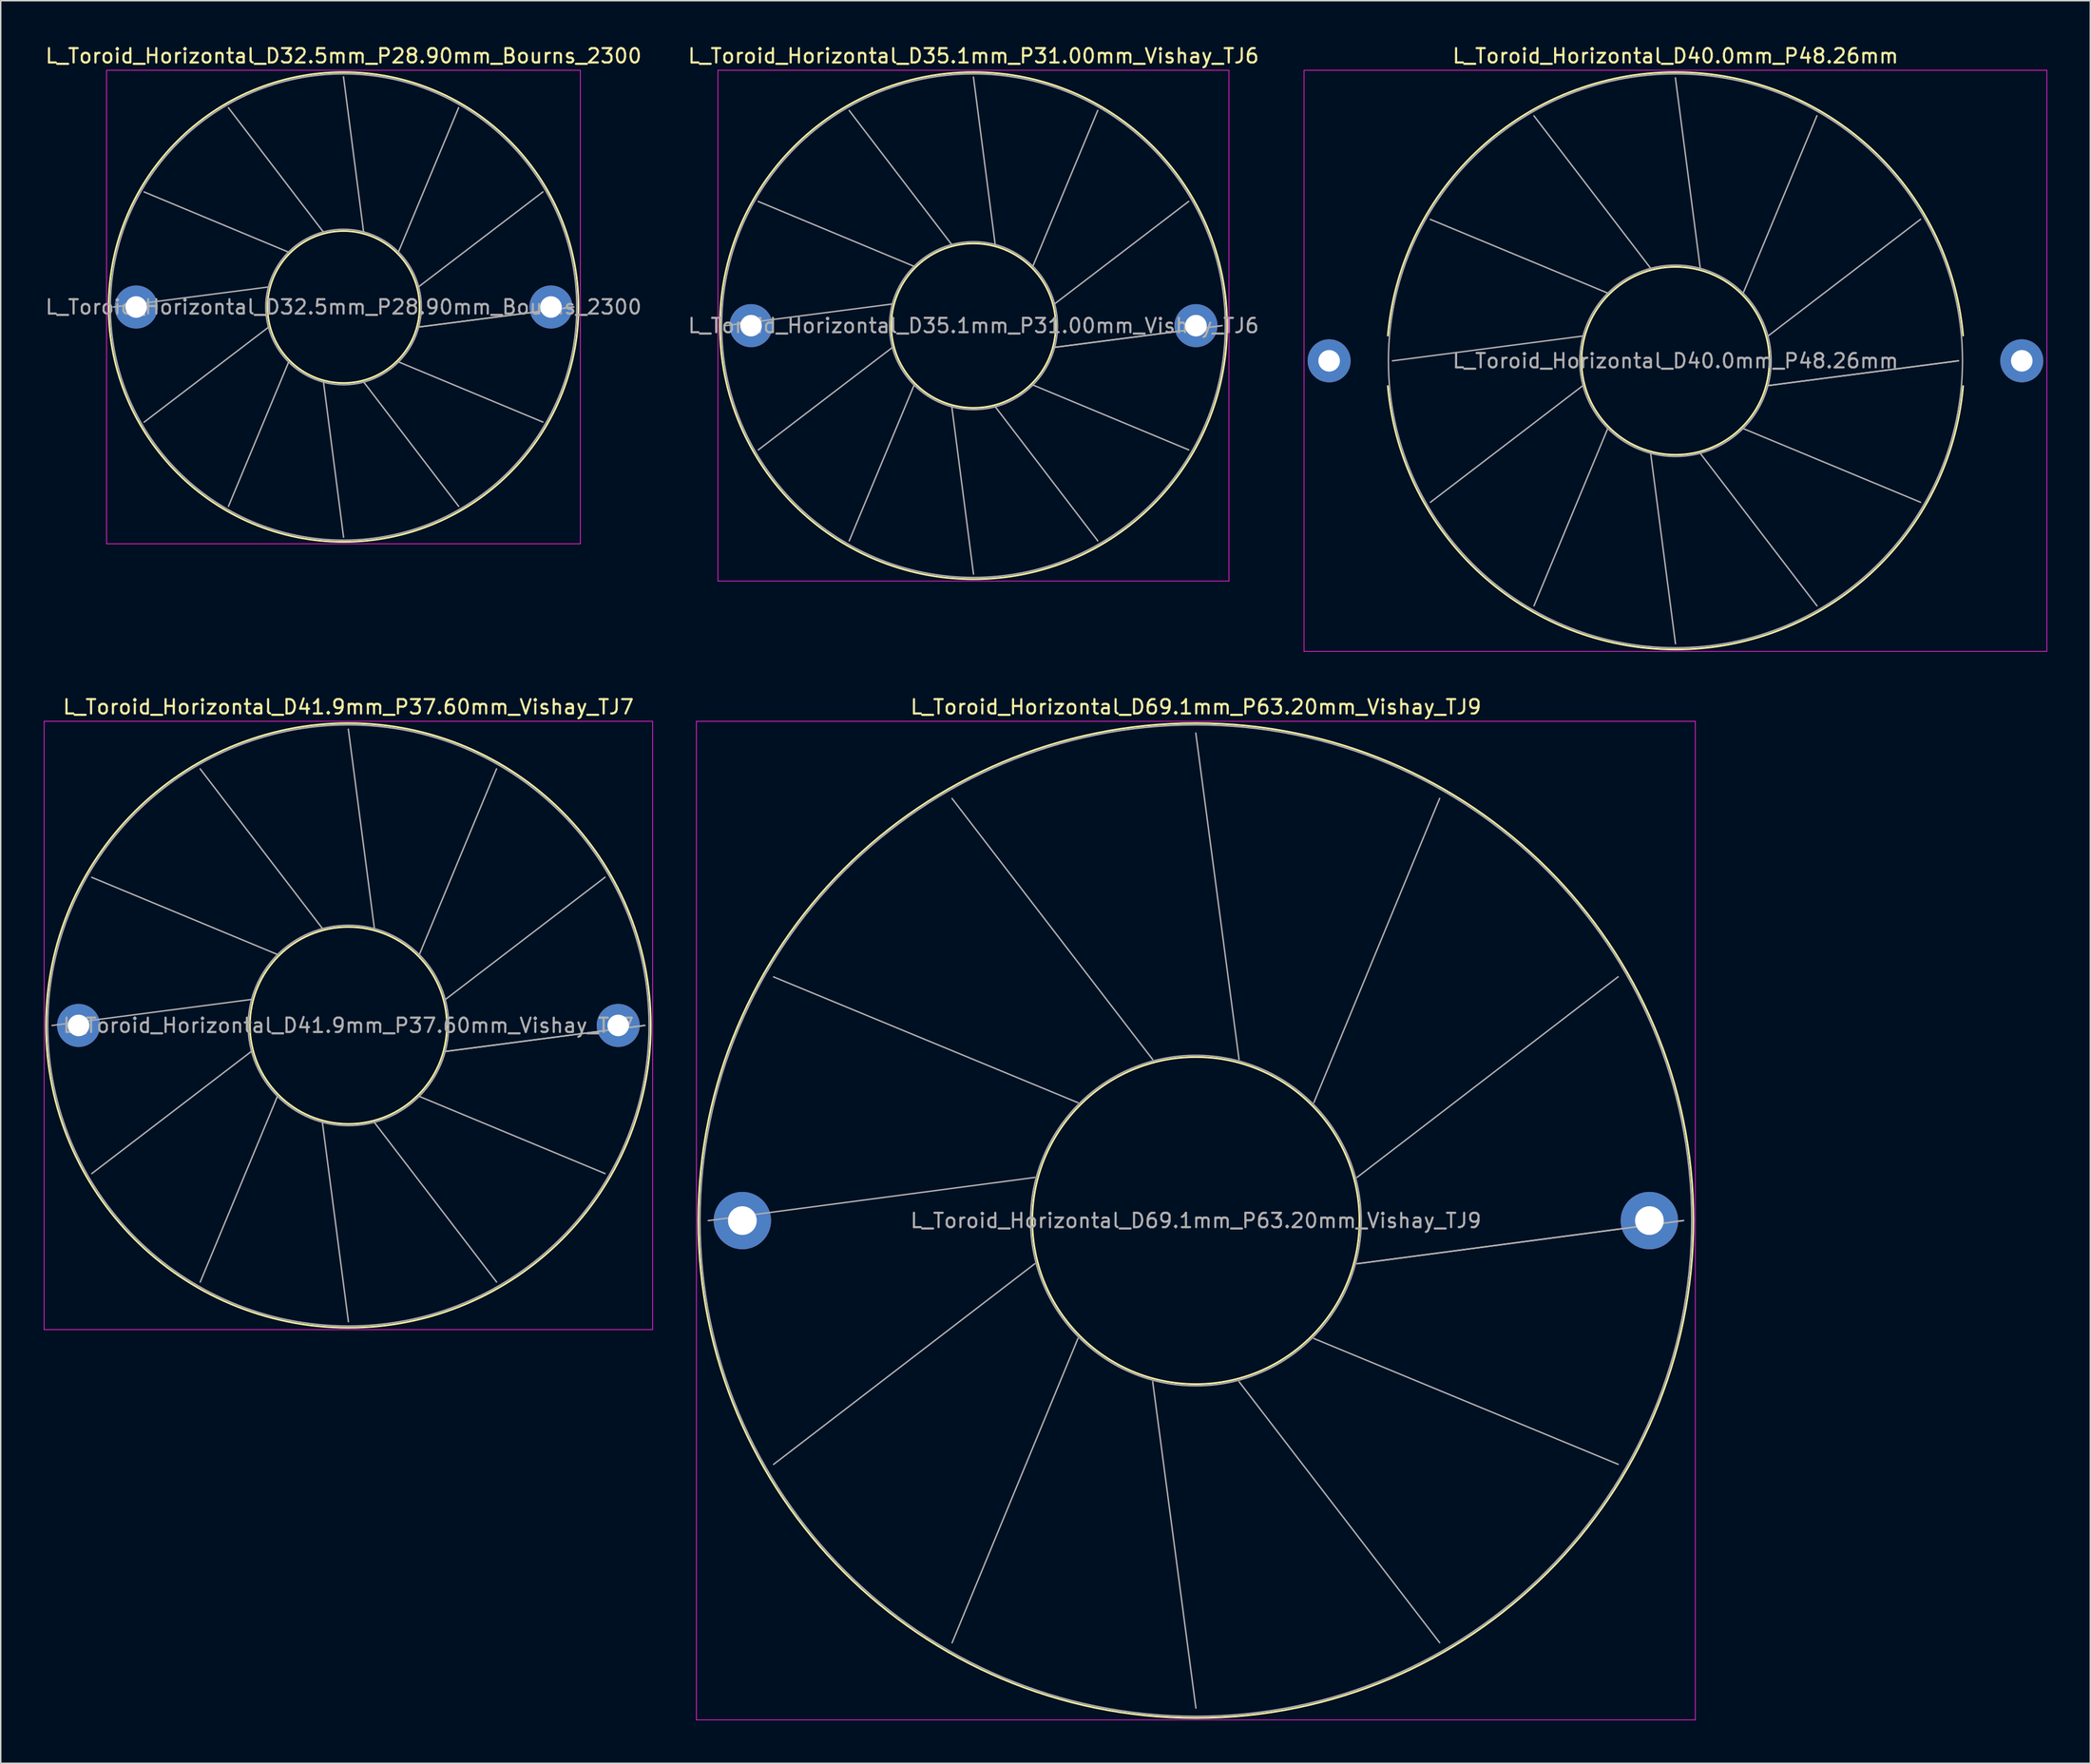
<source format=kicad_pcb>
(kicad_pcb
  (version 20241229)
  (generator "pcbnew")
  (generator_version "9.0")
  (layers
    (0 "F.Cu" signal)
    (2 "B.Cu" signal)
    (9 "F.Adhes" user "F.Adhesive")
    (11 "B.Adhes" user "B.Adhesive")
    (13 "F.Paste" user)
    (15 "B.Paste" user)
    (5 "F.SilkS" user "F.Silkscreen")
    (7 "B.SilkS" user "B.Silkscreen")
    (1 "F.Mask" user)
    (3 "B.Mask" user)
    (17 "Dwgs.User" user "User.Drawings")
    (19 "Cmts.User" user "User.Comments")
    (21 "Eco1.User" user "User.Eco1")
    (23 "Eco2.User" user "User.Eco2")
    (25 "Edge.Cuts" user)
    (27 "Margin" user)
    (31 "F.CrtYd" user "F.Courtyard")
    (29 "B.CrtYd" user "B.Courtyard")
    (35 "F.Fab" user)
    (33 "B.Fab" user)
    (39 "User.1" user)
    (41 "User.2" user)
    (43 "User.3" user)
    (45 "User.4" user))
  (footprint "L_Toroid_Horizontal_D40.0mm_P48.26mm"
    (layer "F.Cu")
    (at 89.561 22.098)
    (property "Reference" "L_Toroid_Horizontal_D40.0mm_P48.26mm" (at 24.13 -21.25 0) (layer "F.SilkS") (effects (font (size 1 1) (thickness 0.15))))
    (attr through_hole)
    (fp_arc (start 4.087126 -1.76) (mid 24.13 -20.12) (end 44.172874 -1.76) (stroke (width 0.12) (type solid)) (layer "F.SilkS"))
    (fp_arc (start 44.172874 1.76) (mid 24.13 20.12) (end 4.087126 1.76) (stroke (width 0.12) (type solid)) (layer "F.SilkS"))
    (fp_circle (center 24.13 0) (end 30.677 0) (stroke (width 0.12) (type solid)) (fill no) (layer "F.SilkS"))
    (fp_line (start -1.75 -20.25) (end -1.75 20.25) (stroke (width 0.05) (type solid)) (layer "F.CrtYd"))
    (fp_line (start -1.75 20.25) (end 50.01 20.25) (stroke (width 0.05) (type solid)) (layer "F.CrtYd"))
    (fp_line (start 50.01 -20.25) (end -1.75 -20.25) (stroke (width 0.05) (type solid)) (layer "F.CrtYd"))
    (fp_line (start 50.01 20.25) (end 50.01 -20.25) (stroke (width 0.05) (type solid)) (layer "F.CrtYd"))
    (fp_line (start 4.412 0.002) (end 17.68 -1.728) (stroke (width 0.1) (type solid)) (layer "F.Fab"))
    (fp_line (start 7.053 -9.857) (end 19.408 -4.721) (stroke (width 0.1) (type solid)) (layer "F.Fab"))
    (fp_line (start 7.055 9.86) (end 17.68 1.729) (stroke (width 0.1) (type solid)) (layer "F.Fab"))
    (fp_line (start 14.269 -17.075) (end 22.401 -6.45) (stroke (width 0.1) (type solid)) (layer "F.Fab"))
    (fp_line (start 14.272 17.077) (end 19.409 4.722) (stroke (width 0.1) (type solid)) (layer "F.Fab"))
    (fp_line (start 24.127 -19.718) (end 25.857 -6.45) (stroke (width 0.1) (type solid)) (layer "F.Fab"))
    (fp_line (start 24.131 19.718) (end 22.402 6.45) (stroke (width 0.1) (type solid)) (layer "F.Fab"))
    (fp_line (start 33.986 -17.077) (end 28.851 -4.723) (stroke (width 0.1) (type solid)) (layer "F.Fab"))
    (fp_line (start 33.989 17.076) (end 25.859 6.45) (stroke (width 0.1) (type solid)) (layer "F.Fab"))
    (fp_line (start 41.204 -9.862) (end 30.58 -1.729) (stroke (width 0.1) (type solid)) (layer "F.Fab"))
    (fp_line (start 41.206 9.859) (end 28.852 4.722) (stroke (width 0.1) (type solid)) (layer "F.Fab"))
    (fp_line (start 43.848 -0.004) (end 30.58 1.727) (stroke (width 0.1) (type solid)) (layer "F.Fab"))
    (fp_line (start 43.848 0) (end 30.58 1.728) (stroke (width 0.1) (type solid)) (layer "F.Fab"))
    (fp_circle (center 24.13 0) (end 30.797 0) (stroke (width 0.1) (type solid)) (fill no) (layer "F.Fab"))
    (fp_circle (center 24.13 0) (end 44.13 0) (stroke (width 0.1) (type solid)) (fill no) (layer "F.Fab"))
    (fp_text user "${REFERENCE}" (at 24.13 0 0) (layer "F.Fab") (effects (font (size 1 1) (thickness 0.15))))
    (pad "1" thru_hole circle (at 0 0) (size 3 3) (drill 1.5) (layers "*.Cu" "*.Mask"))
    (pad "2" thru_hole circle (at 48.26 0) (size 3 3) (drill 1.5) (layers "*.Cu" "*.Mask")))
  (footprint "L_Toroid_Horizontal_D32.5mm_P28.90mm_Bourns_2300"
    (layer "F.Cu")
    (at 6.437 18.348)
    (property "Reference" "L_Toroid_Horizontal_D32.5mm_P28.90mm_Bourns_2300" (at 14.45 -17.5 0) (layer "F.SilkS") (effects (font (size 1 1) (thickness 0.15))))
    (attr through_hole)
    (fp_circle (center 14.45 0) (end 19.747 0) (stroke (width 0.12) (type solid)) (fill no) (layer "F.SilkS"))
    (fp_circle (center 14.45 0) (end 30.82 0) (stroke (width 0.12) (type solid)) (fill no) (layer "F.SilkS"))
    (fp_line (start -2.06 -16.5) (end -2.06 16.5) (stroke (width 0.05) (type solid)) (layer "F.CrtYd"))
    (fp_line (start -2.06 16.5) (end 30.95 16.5) (stroke (width 0.05) (type solid)) (layer "F.CrtYd"))
    (fp_line (start 30.95 -16.5) (end -2.06 -16.5) (stroke (width 0.05) (type solid)) (layer "F.CrtYd"))
    (fp_line (start 30.95 16.5) (end 30.95 -16.5) (stroke (width 0.05) (type solid)) (layer "F.CrtYd"))
    (fp_line (start -1.593 0.001) (end 9.231 -1.398) (stroke (width 0.1) (type solid)) (layer "F.Fab"))
    (fp_line (start 0.556 -8.02) (end 10.629 -3.82) (stroke (width 0.1) (type solid)) (layer "F.Fab"))
    (fp_line (start 0.557 8.022) (end 9.232 1.399) (stroke (width 0.1) (type solid)) (layer "F.Fab"))
    (fp_line (start 6.427 -13.892) (end 13.051 -5.218) (stroke (width 0.1) (type solid)) (layer "F.Fab"))
    (fp_line (start 6.43 13.894) (end 10.63 3.82) (stroke (width 0.1) (type solid)) (layer "F.Fab"))
    (fp_line (start 14.448 -16.043) (end 15.848 -5.219) (stroke (width 0.1) (type solid)) (layer "F.Fab"))
    (fp_line (start 14.451 16.043) (end 13.052 5.219) (stroke (width 0.1) (type solid)) (layer "F.Fab"))
    (fp_line (start 22.469 -13.895) (end 18.27 -3.821) (stroke (width 0.1) (type solid)) (layer "F.Fab"))
    (fp_line (start 22.472 13.893) (end 15.848 5.218) (stroke (width 0.1) (type solid)) (layer "F.Fab"))
    (fp_line (start 28.342 -8.024) (end 19.668 -1.399) (stroke (width 0.1) (type solid)) (layer "F.Fab"))
    (fp_line (start 28.343 8.021) (end 18.27 3.82) (stroke (width 0.1) (type solid)) (layer "F.Fab"))
    (fp_line (start 30.493 -0.003) (end 19.669 1.397) (stroke (width 0.1) (type solid)) (layer "F.Fab"))
    (fp_line (start 30.493 0) (end 19.669 1.398) (stroke (width 0.1) (type solid)) (layer "F.Fab"))
    (fp_circle (center 14.45 0) (end 19.867 0) (stroke (width 0.1) (type solid)) (fill no) (layer "F.Fab"))
    (fp_circle (center 14.45 0) (end 30.7 0) (stroke (width 0.1) (type solid)) (fill no) (layer "F.Fab"))
    (fp_text user "${REFERENCE}" (at 14.45 0 0) (layer "F.Fab") (effects (font (size 1 1) (thickness 0.15))))
    (pad "1" thru_hole circle (at 0 0) (size 3 3) (drill 1.5) (layers "*.Cu" "*.Mask"))
    (pad "2" thru_hole circle (at 28.9 0) (size 3 3) (drill 1.5) (layers "*.Cu" "*.Mask")))
  (footprint "L_Toroid_Horizontal_D41.9mm_P37.60mm_Vishay_TJ7"
    (layer "F.Cu")
    (at 2.425 68.421)
    (property "Reference" "L_Toroid_Horizontal_D41.9mm_P37.60mm_Vishay_TJ7" (at 18.8 -22.2 0) (layer "F.SilkS") (effects (font (size 1 1) (thickness 0.15))))
    (attr through_hole)
    (fp_circle (center 18.8 0) (end 25.663 0) (stroke (width 0.12) (type solid)) (fill no) (layer "F.SilkS"))
    (fp_circle (center 18.8 0) (end 39.87 0) (stroke (width 0.12) (type solid)) (fill no) (layer "F.SilkS"))
    (fp_line (start -2.4 -21.2) (end -2.4 21.2) (stroke (width 0.05) (type solid)) (layer "F.CrtYd"))
    (fp_line (start -2.4 21.2) (end 40 21.2) (stroke (width 0.05) (type solid)) (layer "F.CrtYd"))
    (fp_line (start 40 -21.2) (end -2.4 -21.2) (stroke (width 0.05) (type solid)) (layer "F.CrtYd"))
    (fp_line (start 40 21.2) (end 40 -21.2) (stroke (width 0.05) (type solid)) (layer "F.CrtYd"))
    (fp_line (start -1.849 0.002) (end 12.038 -1.811) (stroke (width 0.1) (type solid)) (layer "F.Fab"))
    (fp_line (start 0.917 -10.322) (end 13.849 -4.95) (stroke (width 0.1) (type solid)) (layer "F.Fab"))
    (fp_line (start 0.919 10.326) (end 12.038 1.812) (stroke (width 0.1) (type solid)) (layer "F.Fab"))
    (fp_line (start 8.473 -17.881) (end 16.987 -6.762) (stroke (width 0.1) (type solid)) (layer "F.Fab"))
    (fp_line (start 8.477 17.883) (end 13.85 4.951) (stroke (width 0.1) (type solid)) (layer "F.Fab"))
    (fp_line (start 18.797 -20.649) (end 20.611 -6.762) (stroke (width 0.1) (type solid)) (layer "F.Fab"))
    (fp_line (start 18.801 20.649) (end 16.988 6.762) (stroke (width 0.1) (type solid)) (layer "F.Fab"))
    (fp_line (start 29.122 -17.884) (end 23.749 -4.951) (stroke (width 0.1) (type solid)) (layer "F.Fab"))
    (fp_line (start 29.125 17.882) (end 20.612 6.762) (stroke (width 0.1) (type solid)) (layer "F.Fab"))
    (fp_line (start 36.68 -10.327) (end 25.562 -1.813) (stroke (width 0.1) (type solid)) (layer "F.Fab"))
    (fp_line (start 36.682 10.324) (end 23.75 4.95) (stroke (width 0.1) (type solid)) (layer "F.Fab"))
    (fp_line (start 39.449 -0.004) (end 25.562 1.811) (stroke (width 0.1) (type solid)) (layer "F.Fab"))
    (fp_line (start 39.449 0) (end 25.562 1.812) (stroke (width 0.1) (type solid)) (layer "F.Fab"))
    (fp_circle (center 18.8 0) (end 25.783 0) (stroke (width 0.1) (type solid)) (fill no) (layer "F.Fab"))
    (fp_circle (center 18.8 0) (end 39.75 0) (stroke (width 0.1) (type solid)) (fill no) (layer "F.Fab"))
    (fp_text user "${REFERENCE}" (at 18.8 0 0) (layer "F.Fab") (effects (font (size 1 1) (thickness 0.15))))
    (pad "1" thru_hole circle (at 0 0) (size 3 3) (drill 1.5) (layers "*.Cu" "*.Mask"))
    (pad "2" thru_hole circle (at 37.6 0) (size 3 3) (drill 1.5) (layers "*.Cu" "*.Mask")))
  (footprint "L_Toroid_Horizontal_D35.1mm_P31.00mm_Vishay_TJ6"
    (layer "F.Cu")
    (at 49.28 19.648)
    (property "Reference" "L_Toroid_Horizontal_D35.1mm_P31.00mm_Vishay_TJ6" (at 15.5 -18.8 0) (layer "F.SilkS") (effects (font (size 1 1) (thickness 0.15))))
    (attr through_hole)
    (fp_circle (center 15.5 0) (end 21.23 0) (stroke (width 0.12) (type solid)) (fill no) (layer "F.SilkS"))
    (fp_circle (center 15.5 0) (end 33.17 0) (stroke (width 0.12) (type solid)) (fill no) (layer "F.SilkS"))
    (fp_line (start -2.31 -17.8) (end -2.31 17.8) (stroke (width 0.05) (type solid)) (layer "F.CrtYd"))
    (fp_line (start -2.31 17.8) (end 33.3 17.8) (stroke (width 0.05) (type solid)) (layer "F.CrtYd"))
    (fp_line (start 33.3 -17.8) (end -2.31 -17.8) (stroke (width 0.05) (type solid)) (layer "F.CrtYd"))
    (fp_line (start 33.3 17.8) (end 33.3 -17.8) (stroke (width 0.05) (type solid)) (layer "F.CrtYd"))
    (fp_line (start -1.817 0.002) (end 9.854 -1.512) (stroke (width 0.1) (type solid)) (layer "F.Fab"))
    (fp_line (start 0.502 -8.657) (end 11.367 -4.132) (stroke (width 0.1) (type solid)) (layer "F.Fab"))
    (fp_line (start 0.504 8.659) (end 9.855 1.513) (stroke (width 0.1) (type solid)) (layer "F.Fab"))
    (fp_line (start 6.84 -14.996) (end 13.987 -5.645) (stroke (width 0.1) (type solid)) (layer "F.Fab"))
    (fp_line (start 6.843 14.997) (end 11.368 4.133) (stroke (width 0.1) (type solid)) (layer "F.Fab"))
    (fp_line (start 15.498 -17.317) (end 17.012 -5.646) (stroke (width 0.1) (type solid)) (layer "F.Fab"))
    (fp_line (start 15.501 17.317) (end 13.988 5.646) (stroke (width 0.1) (type solid)) (layer "F.Fab"))
    (fp_line (start 24.156 -14.998) (end 19.632 -4.133) (stroke (width 0.1) (type solid)) (layer "F.Fab"))
    (fp_line (start 24.159 14.996) (end 17.013 5.645) (stroke (width 0.1) (type solid)) (layer "F.Fab"))
    (fp_line (start 30.495 -8.661) (end 21.145 -1.514) (stroke (width 0.1) (type solid)) (layer "F.Fab"))
    (fp_line (start 30.497 8.658) (end 19.633 4.133) (stroke (width 0.1) (type solid)) (layer "F.Fab"))
    (fp_line (start 32.817 -0.003) (end 21.146 1.512) (stroke (width 0.1) (type solid)) (layer "F.Fab"))
    (fp_line (start 32.817 0) (end 21.145 1.513) (stroke (width 0.1) (type solid)) (layer "F.Fab"))
    (fp_circle (center 15.5 0) (end 21.35 0) (stroke (width 0.1) (type solid)) (fill no) (layer "F.Fab"))
    (fp_circle (center 15.5 0) (end 33.05 0) (stroke (width 0.1) (type solid)) (fill no) (layer "F.Fab"))
    (fp_text user "${REFERENCE}" (at 15.5 0 0) (layer "F.Fab") (effects (font (size 1 1) (thickness 0.15))))
    (pad "1" thru_hole circle (at 0 0) (size 3 3) (drill 1.5) (layers "*.Cu" "*.Mask"))
    (pad "2" thru_hole circle (at 31 0) (size 3 3) (drill 1.5) (layers "*.Cu" "*.Mask")))
  (footprint "L_Toroid_Horizontal_D69.1mm_P63.20mm_Vishay_TJ9"
    (layer "F.Cu")
    (at 48.675 82.022)
    (property "Reference" "L_Toroid_Horizontal_D69.1mm_P63.20mm_Vishay_TJ9" (at 31.6 -35.8 0) (layer "F.SilkS") (effects (font (size 1 1) (thickness 0.15))))
    (attr through_hole)
    (fp_circle (center 31.6 0) (end 42.997 0) (stroke (width 0.12) (type solid)) (fill no) (layer "F.SilkS"))
    (fp_circle (center 31.6 0) (end 66.27 0) (stroke (width 0.12) (type solid)) (fill no) (layer "F.SilkS"))
    (fp_line (start -3.2 -34.8) (end -3.2 34.8) (stroke (width 0.05) (type solid)) (layer "F.CrtYd"))
    (fp_line (start -3.2 34.8) (end 66.4 34.8) (stroke (width 0.05) (type solid)) (layer "F.CrtYd"))
    (fp_line (start 66.4 -34.8) (end -3.2 -34.8) (stroke (width 0.05) (type solid)) (layer "F.CrtYd"))
    (fp_line (start 66.4 34.8) (end 66.4 -34.8) (stroke (width 0.05) (type solid)) (layer "F.CrtYd"))
    (fp_line (start -2.377 0.003) (end 20.371 -3.008) (stroke (width 0.1) (type solid)) (layer "F.Fab"))
    (fp_line (start 2.174 -16.985) (end 23.379 -8.219) (stroke (width 0.1) (type solid)) (layer "F.Fab"))
    (fp_line (start 2.177 16.991) (end 20.372 3.01) (stroke (width 0.1) (type solid)) (layer "F.Fab"))
    (fp_line (start 14.608 -29.422) (end 28.59 -11.228) (stroke (width 0.1) (type solid)) (layer "F.Fab"))
    (fp_line (start 14.614 29.426) (end 23.381 8.22) (stroke (width 0.1) (type solid)) (layer "F.Fab"))
    (fp_line (start 31.595 -33.977) (end 34.607 -11.229) (stroke (width 0.1) (type solid)) (layer "F.Fab"))
    (fp_line (start 31.602 33.977) (end 28.592 11.229) (stroke (width 0.1) (type solid)) (layer "F.Fab"))
    (fp_line (start 48.584 -29.427) (end 39.819 -8.221) (stroke (width 0.1) (type solid)) (layer "F.Fab"))
    (fp_line (start 48.589 29.424) (end 34.609 11.228) (stroke (width 0.1) (type solid)) (layer "F.Fab"))
    (fp_line (start 61.022 -16.993) (end 42.828 -3.011) (stroke (width 0.1) (type solid)) (layer "F.Fab"))
    (fp_line (start 61.025 16.988) (end 39.82 8.22) (stroke (width 0.1) (type solid)) (layer "F.Fab"))
    (fp_line (start 65.577 -0.006) (end 42.829 3.006) (stroke (width 0.1) (type solid)) (layer "F.Fab"))
    (fp_line (start 65.577 0) (end 42.829 3.009) (stroke (width 0.1) (type solid)) (layer "F.Fab"))
    (fp_circle (center 31.6 0) (end 43.117 0) (stroke (width 0.1) (type solid)) (fill no) (layer "F.Fab"))
    (fp_circle (center 31.6 0) (end 66.15 0) (stroke (width 0.1) (type solid)) (fill no) (layer "F.Fab"))
    (fp_text user "${REFERENCE}" (at 31.6 0 0) (layer "F.Fab") (effects (font (size 1 1) (thickness 0.15))))
    (pad "1" thru_hole circle (at 0 0) (size 4 4) (drill 2) (layers "*.Cu" "*.Mask"))
    (pad "2" thru_hole circle (at 63.2 0) (size 4 4) (drill 2) (layers "*.Cu" "*.Mask")))
  (gr_rect
    (start -3 -3)
    (end 142.596 119.847)
    (stroke (width 0.1) (type default))
    (fill no)
    (layer "Edge.Cuts")))
</source>
